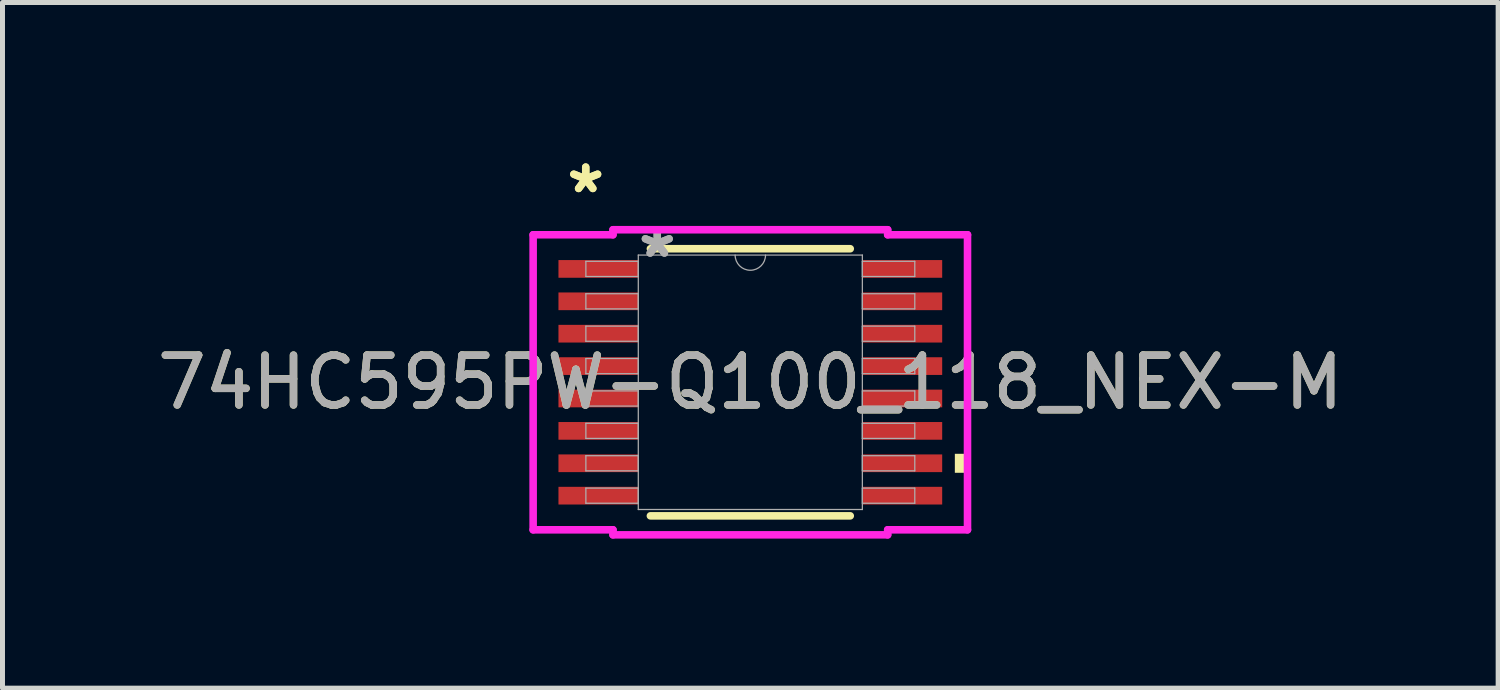
<source format=kicad_pcb>
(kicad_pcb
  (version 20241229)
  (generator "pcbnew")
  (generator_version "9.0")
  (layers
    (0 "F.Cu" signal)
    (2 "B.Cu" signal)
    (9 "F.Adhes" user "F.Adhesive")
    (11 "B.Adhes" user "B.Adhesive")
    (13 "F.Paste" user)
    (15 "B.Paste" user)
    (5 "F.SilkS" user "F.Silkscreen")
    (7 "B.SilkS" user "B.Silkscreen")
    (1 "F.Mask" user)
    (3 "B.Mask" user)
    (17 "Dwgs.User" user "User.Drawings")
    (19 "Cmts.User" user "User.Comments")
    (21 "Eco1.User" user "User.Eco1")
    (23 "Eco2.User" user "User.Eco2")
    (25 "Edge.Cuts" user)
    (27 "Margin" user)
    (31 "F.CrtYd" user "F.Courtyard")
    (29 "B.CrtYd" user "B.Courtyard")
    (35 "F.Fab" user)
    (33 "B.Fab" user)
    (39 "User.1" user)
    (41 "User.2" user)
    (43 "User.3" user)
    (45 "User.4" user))
  (footprint "74HC595PW-Q100_118_NEX-M"
    (layer "F.Cu")
    (at 12.006 4.621)
    (property "Reference" "74HC595PW-Q100_118_NEX-M" (at 0 0 0) (unlocked yes) (layer "F.SilkS") (effects (font (size 1 1) (thickness 0.15))))
    (attr smd)
    (fp_line (start -2.005 2.68) (end 2.005 2.68) (stroke (width 0.152) (type solid)) (layer "F.SilkS"))
    (fp_line (start 2.005 -2.68) (end -2.005 -2.68) (stroke (width 0.152) (type solid)) (layer "F.SilkS"))
    (fp_poly (pts (xy 4.358 1.435) (xy 4.358 1.816) (xy 4.104 1.816) (xy 4.104 1.435)) (stroke (width 0) (type solid)) (fill yes) (layer "F.SilkS"))
    (fp_line (start -4.358 -2.96) (end -2.756 -2.96) (stroke (width 0.152) (type solid)) (layer "F.CrtYd"))
    (fp_line (start -4.358 2.96) (end -4.358 -2.96) (stroke (width 0.152) (type solid)) (layer "F.CrtYd"))
    (fp_line (start -4.358 2.96) (end -2.756 2.96) (stroke (width 0.152) (type solid)) (layer "F.CrtYd"))
    (fp_line (start -2.756 -3.061) (end 2.756 -3.061) (stroke (width 0.152) (type solid)) (layer "F.CrtYd"))
    (fp_line (start -2.756 -2.96) (end -2.756 -3.061) (stroke (width 0.152) (type solid)) (layer "F.CrtYd"))
    (fp_line (start -2.756 3.061) (end -2.756 2.96) (stroke (width 0.152) (type solid)) (layer "F.CrtYd"))
    (fp_line (start 2.756 -3.061) (end 2.756 -2.96) (stroke (width 0.152) (type solid)) (layer "F.CrtYd"))
    (fp_line (start 2.756 2.96) (end 2.756 3.061) (stroke (width 0.152) (type solid)) (layer "F.CrtYd"))
    (fp_line (start 2.756 3.061) (end -2.756 3.061) (stroke (width 0.152) (type solid)) (layer "F.CrtYd"))
    (fp_line (start 4.358 -2.96) (end 2.756 -2.96) (stroke (width 0.152) (type solid)) (layer "F.CrtYd"))
    (fp_line (start 4.358 -2.96) (end 4.358 2.96) (stroke (width 0.152) (type solid)) (layer "F.CrtYd"))
    (fp_line (start 4.358 2.96) (end 2.756 2.96) (stroke (width 0.152) (type solid)) (layer "F.CrtYd"))
    (fp_line (start -3.3 -2.427) (end -3.3 -2.123) (stroke (width 0.025) (type solid)) (layer "F.Fab"))
    (fp_line (start -3.3 -2.123) (end -2.248 -2.123) (stroke (width 0.025) (type solid)) (layer "F.Fab"))
    (fp_line (start -3.3 -1.777) (end -3.3 -1.473) (stroke (width 0.025) (type solid)) (layer "F.Fab"))
    (fp_line (start -3.3 -1.473) (end -2.248 -1.473) (stroke (width 0.025) (type solid)) (layer "F.Fab"))
    (fp_line (start -3.3 -1.127) (end -3.3 -0.823) (stroke (width 0.025) (type solid)) (layer "F.Fab"))
    (fp_line (start -3.3 -0.823) (end -2.248 -0.823) (stroke (width 0.025) (type solid)) (layer "F.Fab"))
    (fp_line (start -3.3 -0.477) (end -3.3 -0.173) (stroke (width 0.025) (type solid)) (layer "F.Fab"))
    (fp_line (start -3.3 -0.173) (end -2.248 -0.173) (stroke (width 0.025) (type solid)) (layer "F.Fab"))
    (fp_line (start -3.3 0.173) (end -3.3 0.477) (stroke (width 0.025) (type solid)) (layer "F.Fab"))
    (fp_line (start -3.3 0.477) (end -2.248 0.477) (stroke (width 0.025) (type solid)) (layer "F.Fab"))
    (fp_line (start -3.3 0.823) (end -3.3 1.127) (stroke (width 0.025) (type solid)) (layer "F.Fab"))
    (fp_line (start -3.3 1.127) (end -2.248 1.127) (stroke (width 0.025) (type solid)) (layer "F.Fab"))
    (fp_line (start -3.3 1.473) (end -3.3 1.777) (stroke (width 0.025) (type solid)) (layer "F.Fab"))
    (fp_line (start -3.3 1.777) (end -2.248 1.777) (stroke (width 0.025) (type solid)) (layer "F.Fab"))
    (fp_line (start -3.3 2.123) (end -3.3 2.427) (stroke (width 0.025) (type solid)) (layer "F.Fab"))
    (fp_line (start -3.3 2.427) (end -2.248 2.427) (stroke (width 0.025) (type solid)) (layer "F.Fab"))
    (fp_line (start -2.248 -2.553) (end -2.248 2.553) (stroke (width 0.025) (type solid)) (layer "F.Fab"))
    (fp_line (start -2.248 -2.427) (end -3.3 -2.427) (stroke (width 0.025) (type solid)) (layer "F.Fab"))
    (fp_line (start -2.248 -2.123) (end -2.248 -2.427) (stroke (width 0.025) (type solid)) (layer "F.Fab"))
    (fp_line (start -2.248 -1.777) (end -3.3 -1.777) (stroke (width 0.025) (type solid)) (layer "F.Fab"))
    (fp_line (start -2.248 -1.473) (end -2.248 -1.777) (stroke (width 0.025) (type solid)) (layer "F.Fab"))
    (fp_line (start -2.248 -1.127) (end -3.3 -1.127) (stroke (width 0.025) (type solid)) (layer "F.Fab"))
    (fp_line (start -2.248 -0.823) (end -2.248 -1.127) (stroke (width 0.025) (type solid)) (layer "F.Fab"))
    (fp_line (start -2.248 -0.477) (end -3.3 -0.477) (stroke (width 0.025) (type solid)) (layer "F.Fab"))
    (fp_line (start -2.248 -0.173) (end -2.248 -0.477) (stroke (width 0.025) (type solid)) (layer "F.Fab"))
    (fp_line (start -2.248 0.173) (end -3.3 0.173) (stroke (width 0.025) (type solid)) (layer "F.Fab"))
    (fp_line (start -2.248 0.477) (end -2.248 0.173) (stroke (width 0.025) (type solid)) (layer "F.Fab"))
    (fp_line (start -2.248 0.823) (end -3.3 0.823) (stroke (width 0.025) (type solid)) (layer "F.Fab"))
    (fp_line (start -2.248 1.127) (end -2.248 0.823) (stroke (width 0.025) (type solid)) (layer "F.Fab"))
    (fp_line (start -2.248 1.473) (end -3.3 1.473) (stroke (width 0.025) (type solid)) (layer "F.Fab"))
    (fp_line (start -2.248 1.777) (end -2.248 1.473) (stroke (width 0.025) (type solid)) (layer "F.Fab"))
    (fp_line (start -2.248 2.123) (end -3.3 2.123) (stroke (width 0.025) (type solid)) (layer "F.Fab"))
    (fp_line (start -2.248 2.427) (end -2.248 2.123) (stroke (width 0.025) (type solid)) (layer "F.Fab"))
    (fp_line (start -2.248 2.553) (end 2.248 2.553) (stroke (width 0.025) (type solid)) (layer "F.Fab"))
    (fp_line (start 2.248 -2.553) (end -2.248 -2.553) (stroke (width 0.025) (type solid)) (layer "F.Fab"))
    (fp_line (start 2.248 -2.427) (end 2.248 -2.123) (stroke (width 0.025) (type solid)) (layer "F.Fab"))
    (fp_line (start 2.248 -2.123) (end 3.3 -2.123) (stroke (width 0.025) (type solid)) (layer "F.Fab"))
    (fp_line (start 2.248 -1.777) (end 2.248 -1.473) (stroke (width 0.025) (type solid)) (layer "F.Fab"))
    (fp_line (start 2.248 -1.473) (end 3.3 -1.473) (stroke (width 0.025) (type solid)) (layer "F.Fab"))
    (fp_line (start 2.248 -1.127) (end 2.248 -0.823) (stroke (width 0.025) (type solid)) (layer "F.Fab"))
    (fp_line (start 2.248 -0.823) (end 3.3 -0.823) (stroke (width 0.025) (type solid)) (layer "F.Fab"))
    (fp_line (start 2.248 -0.477) (end 2.248 -0.173) (stroke (width 0.025) (type solid)) (layer "F.Fab"))
    (fp_line (start 2.248 -0.173) (end 3.3 -0.173) (stroke (width 0.025) (type solid)) (layer "F.Fab"))
    (fp_line (start 2.248 0.173) (end 2.248 0.477) (stroke (width 0.025) (type solid)) (layer "F.Fab"))
    (fp_line (start 2.248 0.477) (end 3.3 0.477) (stroke (width 0.025) (type solid)) (layer "F.Fab"))
    (fp_line (start 2.248 0.823) (end 2.248 1.127) (stroke (width 0.025) (type solid)) (layer "F.Fab"))
    (fp_line (start 2.248 1.127) (end 3.3 1.127) (stroke (width 0.025) (type solid)) (layer "F.Fab"))
    (fp_line (start 2.248 1.473) (end 2.248 1.777) (stroke (width 0.025) (type solid)) (layer "F.Fab"))
    (fp_line (start 2.248 1.777) (end 3.3 1.777) (stroke (width 0.025) (type solid)) (layer "F.Fab"))
    (fp_line (start 2.248 2.123) (end 2.248 2.427) (stroke (width 0.025) (type solid)) (layer "F.Fab"))
    (fp_line (start 2.248 2.427) (end 3.3 2.427) (stroke (width 0.025) (type solid)) (layer "F.Fab"))
    (fp_line (start 2.248 2.553) (end 2.248 -2.553) (stroke (width 0.025) (type solid)) (layer "F.Fab"))
    (fp_line (start 3.3 -2.427) (end 2.248 -2.427) (stroke (width 0.025) (type solid)) (layer "F.Fab"))
    (fp_line (start 3.3 -2.123) (end 3.3 -2.427) (stroke (width 0.025) (type solid)) (layer "F.Fab"))
    (fp_line (start 3.3 -1.777) (end 2.248 -1.777) (stroke (width 0.025) (type solid)) (layer "F.Fab"))
    (fp_line (start 3.3 -1.473) (end 3.3 -1.777) (stroke (width 0.025) (type solid)) (layer "F.Fab"))
    (fp_line (start 3.3 -1.127) (end 2.248 -1.127) (stroke (width 0.025) (type solid)) (layer "F.Fab"))
    (fp_line (start 3.3 -0.823) (end 3.3 -1.127) (stroke (width 0.025) (type solid)) (layer "F.Fab"))
    (fp_line (start 3.3 -0.477) (end 2.248 -0.477) (stroke (width 0.025) (type solid)) (layer "F.Fab"))
    (fp_line (start 3.3 -0.173) (end 3.3 -0.477) (stroke (width 0.025) (type solid)) (layer "F.Fab"))
    (fp_line (start 3.3 0.173) (end 2.248 0.173) (stroke (width 0.025) (type solid)) (layer "F.Fab"))
    (fp_line (start 3.3 0.477) (end 3.3 0.173) (stroke (width 0.025) (type solid)) (layer "F.Fab"))
    (fp_line (start 3.3 0.823) (end 2.248 0.823) (stroke (width 0.025) (type solid)) (layer "F.Fab"))
    (fp_line (start 3.3 1.127) (end 3.3 0.823) (stroke (width 0.025) (type solid)) (layer "F.Fab"))
    (fp_line (start 3.3 1.473) (end 2.248 1.473) (stroke (width 0.025) (type solid)) (layer "F.Fab"))
    (fp_line (start 3.3 1.777) (end 3.3 1.473) (stroke (width 0.025) (type solid)) (layer "F.Fab"))
    (fp_line (start 3.3 2.123) (end 2.248 2.123) (stroke (width 0.025) (type solid)) (layer "F.Fab"))
    (fp_line (start 3.3 2.427) (end 3.3 2.123) (stroke (width 0.025) (type solid)) (layer "F.Fab"))
    (fp_arc (start 0.3048 -2.5527) (mid 0 -2.2479) (end -0.3048 -2.5527) (stroke (width 0.0254) (type solid)) (layer "F.Fab"))
    (fp_text user "*" (at -3.303 -3.773 0) (unlocked yes) (layer "F.SilkS") (effects (font (size 1 1) (thickness 0.15))))
    (fp_text user "*" (at -3.303 -3.773 0) (layer "F.SilkS") (effects (font (size 1 1) (thickness 0.15))))
    (fp_text user "*" (at -1.867 -2.477 0) (unlocked yes) (layer "F.Fab") (effects (font (size 1 1) (thickness 0.15))))
    (fp_text user "*" (at -1.867 -2.477 0) (layer "F.Fab") (effects (font (size 1 1) (thickness 0.15))))
    (fp_text user "${REFERENCE}" (at 0 0 0) (unlocked yes) (layer "F.Fab") (effects (font (size 1 1) (thickness 0.15))))
    (pad "1" smd rect (at -3.049 -2.275) (size 1.602 0.355) (layers "F.Cu" "F.Mask" "F.Paste"))
    (pad "2" smd rect (at -3.049 -1.625) (size 1.602 0.355) (layers "F.Cu" "F.Mask" "F.Paste"))
    (pad "3" smd rect (at -3.049 -0.975) (size 1.602 0.355) (layers "F.Cu" "F.Mask" "F.Paste"))
    (pad "4" smd rect (at -3.049 -0.325) (size 1.602 0.355) (layers "F.Cu" "F.Mask" "F.Paste"))
    (pad "5" smd rect (at -3.049 0.325) (size 1.602 0.355) (layers "F.Cu" "F.Mask" "F.Paste"))
    (pad "6" smd rect (at -3.049 0.975) (size 1.602 0.355) (layers "F.Cu" "F.Mask" "F.Paste"))
    (pad "7" smd rect (at -3.049 1.625) (size 1.602 0.355) (layers "F.Cu" "F.Mask" "F.Paste"))
    (pad "8" smd rect (at -3.049 2.275) (size 1.602 0.355) (layers "F.Cu" "F.Mask" "F.Paste"))
    (pad "9" smd rect (at 3.049 2.275) (size 1.602 0.355) (layers "F.Cu" "F.Mask" "F.Paste"))
    (pad "10" smd rect (at 3.049 1.625) (size 1.602 0.355) (layers "F.Cu" "F.Mask" "F.Paste"))
    (pad "11" smd rect (at 3.049 0.975) (size 1.602 0.355) (layers "F.Cu" "F.Mask" "F.Paste"))
    (pad "12" smd rect (at 3.049 0.325) (size 1.602 0.355) (layers "F.Cu" "F.Mask" "F.Paste"))
    (pad "13" smd rect (at 3.049 -0.325) (size 1.602 0.355) (layers "F.Cu" "F.Mask" "F.Paste"))
    (pad "14" smd rect (at 3.049 -0.975) (size 1.602 0.355) (layers "F.Cu" "F.Mask" "F.Paste"))
    (pad "15" smd rect (at 3.049 -1.625) (size 1.602 0.355) (layers "F.Cu" "F.Mask" "F.Paste"))
    (pad "16" smd rect (at 3.049 -2.275) (size 1.602 0.355) (layers "F.Cu" "F.Mask" "F.Paste")))
  (gr_rect
    (start -3 -3)
    (end 27.012 10.758)
    (stroke (width 0.1) (type default))
    (fill no)
    (layer "Edge.Cuts")))
</source>
